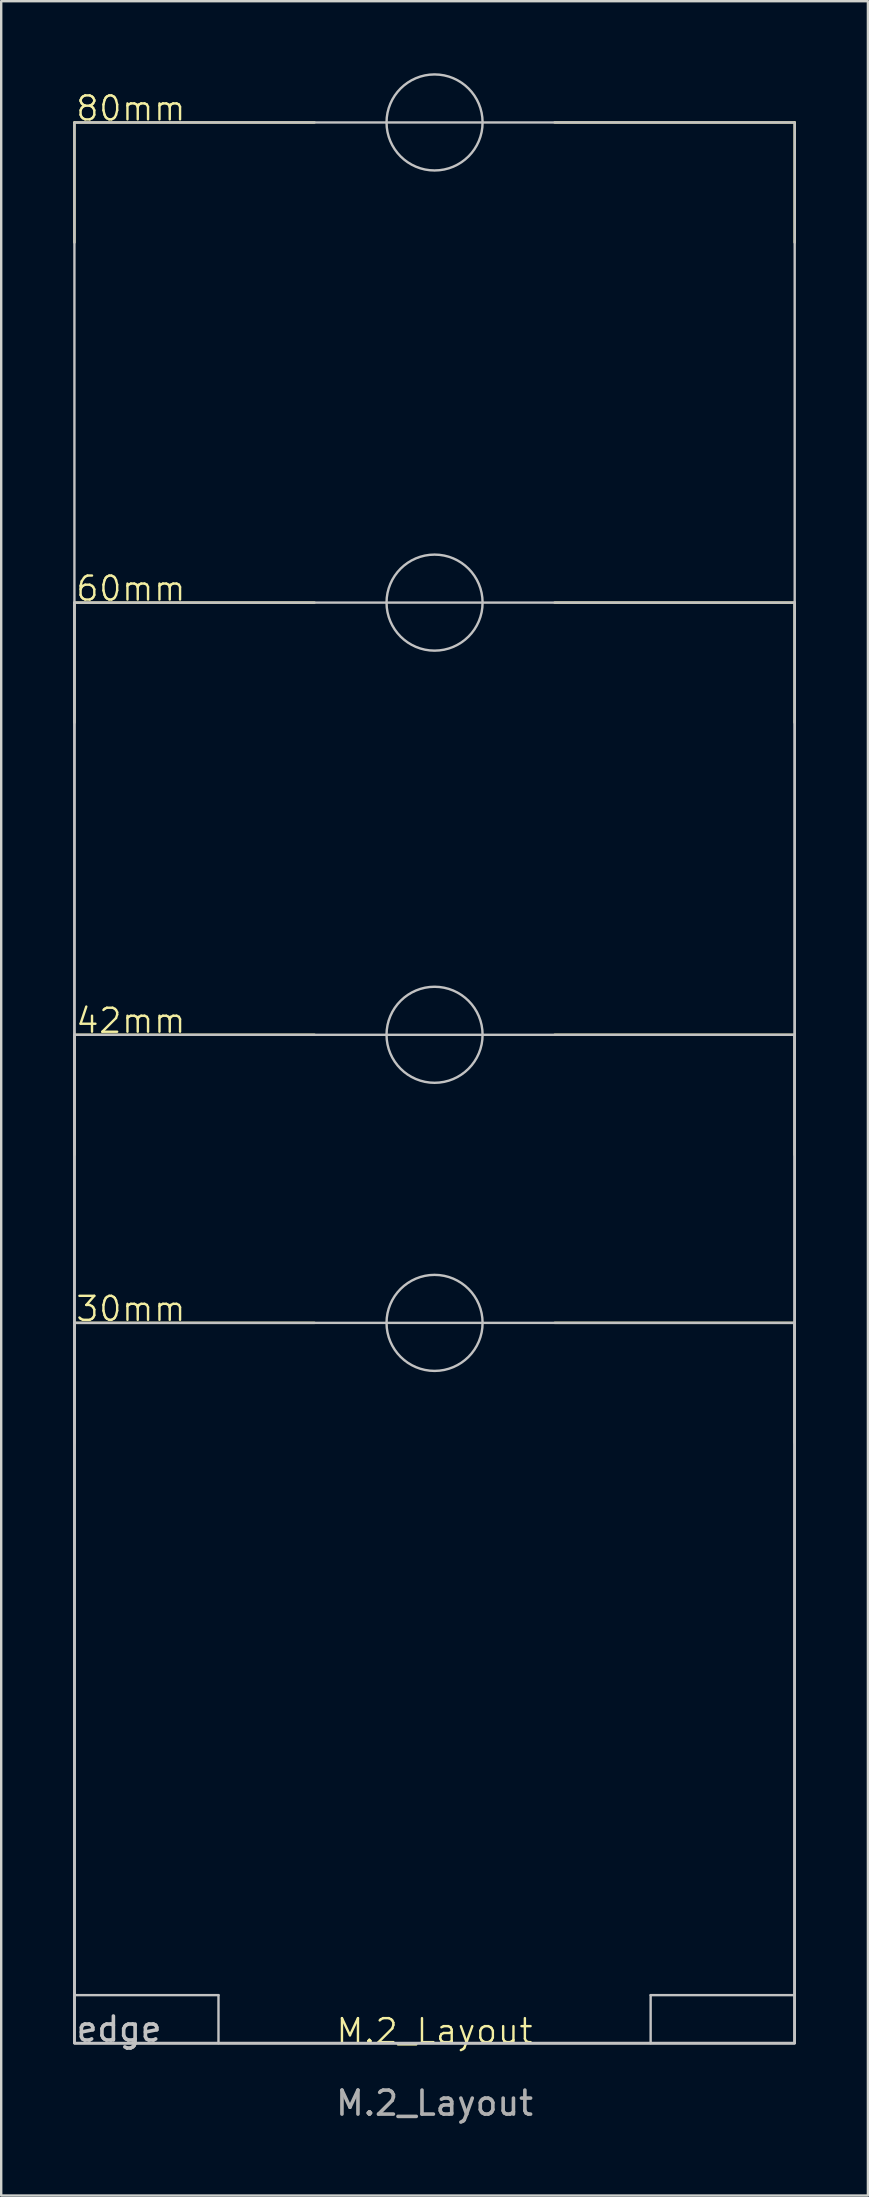
<source format=kicad_pcb>
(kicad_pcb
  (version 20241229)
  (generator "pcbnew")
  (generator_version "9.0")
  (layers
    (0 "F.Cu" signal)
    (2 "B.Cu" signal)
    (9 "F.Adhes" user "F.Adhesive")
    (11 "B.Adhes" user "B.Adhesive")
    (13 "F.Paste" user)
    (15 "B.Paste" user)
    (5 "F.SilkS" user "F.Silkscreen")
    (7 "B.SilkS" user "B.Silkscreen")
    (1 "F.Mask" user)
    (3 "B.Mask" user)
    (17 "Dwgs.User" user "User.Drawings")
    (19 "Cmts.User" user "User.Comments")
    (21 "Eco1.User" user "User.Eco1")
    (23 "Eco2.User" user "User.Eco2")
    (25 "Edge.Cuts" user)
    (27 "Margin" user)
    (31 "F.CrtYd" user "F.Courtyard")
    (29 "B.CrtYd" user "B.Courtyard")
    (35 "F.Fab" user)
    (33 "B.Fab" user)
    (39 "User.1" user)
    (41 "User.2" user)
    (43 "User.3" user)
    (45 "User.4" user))
  (footprint "M.2_Layout"
    (layer "F.Cu")
    (at 15.05 82.05)
    (property "Reference" "M.2_Layout" (at 0 -0.5 0) (unlocked yes) (layer "F.SilkS") (effects (font (size 1 1) (thickness 0.1))))
    (attr smd)
    (fp_line (start -15 -80) (end -15 -75) (stroke (width 0.1) (type default)) (layer "F.SilkS"))
    (fp_line (start -15 -80) (end -5 -80) (stroke (width 0.1) (type default)) (layer "F.SilkS"))
    (fp_line (start -15 -60) (end -15 -55) (stroke (width 0.1) (type default)) (layer "F.SilkS"))
    (fp_line (start -15 -60) (end -5 -60) (stroke (width 0.1) (type default)) (layer "F.SilkS"))
    (fp_line (start -15 -42) (end -15 -37) (stroke (width 0.1) (type default)) (layer "F.SilkS"))
    (fp_line (start -15 -42) (end -5 -42) (stroke (width 0.1) (type default)) (layer "F.SilkS"))
    (fp_line (start -15 -30) (end -15 -25) (stroke (width 0.1) (type default)) (layer "F.SilkS"))
    (fp_line (start -15 -30) (end -5 -30) (stroke (width 0.1) (type default)) (layer "F.SilkS"))
    (fp_line (start 5 -80) (end 15 -80) (stroke (width 0.1) (type default)) (layer "F.SilkS"))
    (fp_line (start 5 -60) (end 15 -60) (stroke (width 0.1) (type default)) (layer "F.SilkS"))
    (fp_line (start 5 -42) (end 15 -42) (stroke (width 0.1) (type default)) (layer "F.SilkS"))
    (fp_line (start 5 -30) (end 15 -30) (stroke (width 0.1) (type default)) (layer "F.SilkS"))
    (fp_line (start 15 -80) (end 15 -75) (stroke (width 0.1) (type default)) (layer "F.SilkS"))
    (fp_line (start 15 -60) (end 15 -55) (stroke (width 0.1) (type default)) (layer "F.SilkS"))
    (fp_line (start 15 -42) (end 15 -37) (stroke (width 0.1) (type default)) (layer "F.SilkS"))
    (fp_line (start 15 -30) (end 15 -25) (stroke (width 0.1) (type default)) (layer "F.SilkS"))
    (fp_line (start -15 -2) (end -9 -2) (stroke (width 0.1) (type default)) (layer "Dwgs.User"))
    (fp_line (start -9 -2) (end -9 0) (stroke (width 0.1) (type default)) (layer "Dwgs.User"))
    (fp_line (start 9 -2) (end 9 0) (stroke (width 0.1) (type default)) (layer "Dwgs.User"))
    (fp_line (start 9 -2) (end 15 -2) (stroke (width 0.1) (type default)) (layer "Dwgs.User"))
    (fp_rect (start -15 -80) (end 15 0) (stroke (width 0.1) (type default)) (fill no) (layer "Dwgs.User"))
    (fp_rect (start -15 -60) (end 15 0) (stroke (width 0.1) (type default)) (fill no) (layer "Dwgs.User"))
    (fp_rect (start -15 -42) (end 15 0) (stroke (width 0.1) (type default)) (fill no) (layer "Dwgs.User"))
    (fp_rect (start -15 -30) (end 15 0) (stroke (width 0.1) (type default)) (fill no) (layer "Dwgs.User"))
    (fp_circle (center 0 -80) (end -2 -80) (stroke (width 0.1) (type default)) (fill no) (layer "Dwgs.User"))
    (fp_circle (center 0 -60) (end -2 -60) (stroke (width 0.1) (type default)) (fill no) (layer "Dwgs.User"))
    (fp_circle (center 0 -42) (end -2 -42) (stroke (width 0.1) (type default)) (fill no) (layer "Dwgs.User"))
    (fp_circle (center 0 -30) (end -2 -30) (stroke (width 0.1) (type default)) (fill no) (layer "Dwgs.User"))
    (fp_text user "30mm" (at -15 -30 0) (unlocked yes) (layer "F.SilkS") (effects (font (size 1 1) (thickness 0.1)) (justify left bottom)))
    (fp_text user "42mm" (at -15 -42 0) (unlocked yes) (layer "F.SilkS") (effects (font (size 1 1) (thickness 0.1)) (justify left bottom)))
    (fp_text user "60mm" (at -15 -60 0) (unlocked yes) (layer "F.SilkS") (effects (font (size 1 1) (thickness 0.1)) (justify left bottom)))
    (fp_text user "80mm" (at -15 -80 0) (unlocked yes) (layer "F.SilkS") (effects (font (size 1 1) (thickness 0.1)) (justify left bottom)))
    (fp_text user "edge" (at -15 0 0) (unlocked yes) (layer "Dwgs.User") (effects (font (size 1 1) (thickness 0.15)) (justify left bottom)))
    (fp_text user "${REFERENCE}" (at 0 2.5 0) (unlocked yes) (layer "F.Fab") (effects (font (size 1 1) (thickness 0.15)))))
  (gr_rect
    (start -3 -3)
    (end 33.1 88.398)
    (stroke (width 0.1) (type default))
    (fill no)
    (layer "Edge.Cuts")))
</source>
